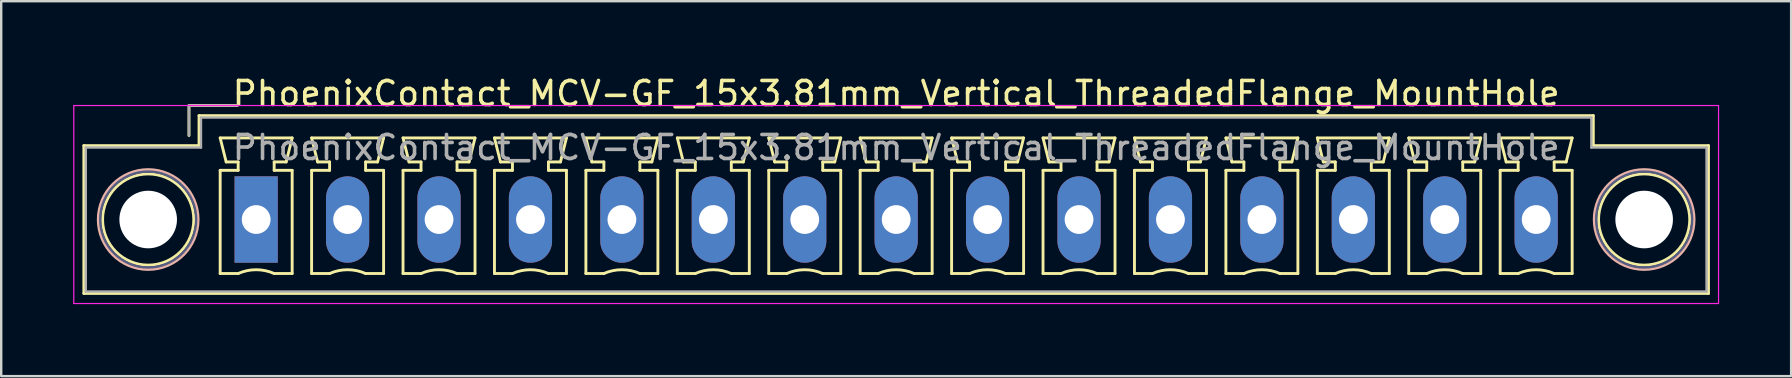
<source format=kicad_pcb>
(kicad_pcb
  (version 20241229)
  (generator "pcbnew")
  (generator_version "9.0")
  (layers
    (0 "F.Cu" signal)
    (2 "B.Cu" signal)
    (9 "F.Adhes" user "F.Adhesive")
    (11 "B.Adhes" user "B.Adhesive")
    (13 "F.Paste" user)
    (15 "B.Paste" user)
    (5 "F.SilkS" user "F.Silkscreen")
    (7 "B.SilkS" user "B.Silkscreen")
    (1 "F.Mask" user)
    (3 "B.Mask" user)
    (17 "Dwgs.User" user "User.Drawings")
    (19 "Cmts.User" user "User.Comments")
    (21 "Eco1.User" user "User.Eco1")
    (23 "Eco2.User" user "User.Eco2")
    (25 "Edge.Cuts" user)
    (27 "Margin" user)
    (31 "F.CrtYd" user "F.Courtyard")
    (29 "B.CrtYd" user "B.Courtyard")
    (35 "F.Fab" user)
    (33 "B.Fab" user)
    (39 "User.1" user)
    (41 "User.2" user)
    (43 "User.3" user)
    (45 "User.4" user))
  (footprint "PhoenixContact_MCV-GF_15x3.81mm_Vertical_ThreadedFlange_MountHole"
    (layer "F.Cu")
    (at 7.625 6.098)
    (property "Reference" "PhoenixContact_MCV-GF_15x3.81mm_Vertical_ThreadedFlange_MountHole" (at 26.67 -5.25 0) (layer "F.SilkS") (effects (font (size 1 1) (thickness 0.15))))
    (attr through_hole)
    (fp_line (start -7.18 -3.08) (end -7.18 3.08) (stroke (width 0.12) (type solid)) (layer "F.SilkS"))
    (fp_line (start -7.18 3.08) (end 60.52 3.08) (stroke (width 0.12) (type solid)) (layer "F.SilkS"))
    (fp_line (start -2.8 -4.75) (end -0.8 -4.75) (stroke (width 0.12) (type solid)) (layer "F.SilkS"))
    (fp_line (start -2.8 -3.5) (end -2.8 -4.75) (stroke (width 0.12) (type solid)) (layer "F.SilkS"))
    (fp_line (start -2.38 -4.33) (end -2.38 -3.08) (stroke (width 0.12) (type solid)) (layer "F.SilkS"))
    (fp_line (start -2.38 -3.08) (end -7.18 -3.08) (stroke (width 0.12) (type solid)) (layer "F.SilkS"))
    (fp_line (start -1.5 -3.4) (end 1.5 -3.4) (stroke (width 0.12) (type solid)) (layer "F.SilkS"))
    (fp_line (start -1.5 -2.05) (end -0.75 -2.05) (stroke (width 0.12) (type solid)) (layer "F.SilkS"))
    (fp_line (start -1.5 2.25) (end -1.5 -2.05) (stroke (width 0.12) (type solid)) (layer "F.SilkS"))
    (fp_line (start -1.25 -2.4) (end -1.5 -3.4) (stroke (width 0.12) (type solid)) (layer "F.SilkS"))
    (fp_line (start -0.75 -2.4) (end -1.25 -2.4) (stroke (width 0.12) (type solid)) (layer "F.SilkS"))
    (fp_line (start -0.75 -2.05) (end -0.75 -2.4) (stroke (width 0.12) (type solid)) (layer "F.SilkS"))
    (fp_line (start -0.75 2.25) (end -1.5 2.25) (stroke (width 0.12) (type solid)) (layer "F.SilkS"))
    (fp_line (start 0.75 -2.4) (end 0.75 -2.05) (stroke (width 0.12) (type solid)) (layer "F.SilkS"))
    (fp_line (start 0.75 -2.05) (end 1.5 -2.05) (stroke (width 0.12) (type solid)) (layer "F.SilkS"))
    (fp_line (start 1.25 -2.4) (end 0.75 -2.4) (stroke (width 0.12) (type solid)) (layer "F.SilkS"))
    (fp_line (start 1.5 -3.4) (end 1.25 -2.4) (stroke (width 0.12) (type solid)) (layer "F.SilkS"))
    (fp_line (start 1.5 -2.05) (end 1.5 2.25) (stroke (width 0.12) (type solid)) (layer "F.SilkS"))
    (fp_line (start 1.5 2.25) (end 0.75 2.25) (stroke (width 0.12) (type solid)) (layer "F.SilkS"))
    (fp_line (start 2.31 -3.4) (end 5.31 -3.4) (stroke (width 0.12) (type solid)) (layer "F.SilkS"))
    (fp_line (start 2.31 -2.05) (end 3.06 -2.05) (stroke (width 0.12) (type solid)) (layer "F.SilkS"))
    (fp_line (start 2.31 2.25) (end 2.31 -2.05) (stroke (width 0.12) (type solid)) (layer "F.SilkS"))
    (fp_line (start 2.56 -2.4) (end 2.31 -3.4) (stroke (width 0.12) (type solid)) (layer "F.SilkS"))
    (fp_line (start 3.06 -2.4) (end 2.56 -2.4) (stroke (width 0.12) (type solid)) (layer "F.SilkS"))
    (fp_line (start 3.06 -2.05) (end 3.06 -2.4) (stroke (width 0.12) (type solid)) (layer "F.SilkS"))
    (fp_line (start 3.06 2.25) (end 2.31 2.25) (stroke (width 0.12) (type solid)) (layer "F.SilkS"))
    (fp_line (start 4.56 -2.4) (end 4.56 -2.05) (stroke (width 0.12) (type solid)) (layer "F.SilkS"))
    (fp_line (start 4.56 -2.05) (end 5.31 -2.05) (stroke (width 0.12) (type solid)) (layer "F.SilkS"))
    (fp_line (start 5.06 -2.4) (end 4.56 -2.4) (stroke (width 0.12) (type solid)) (layer "F.SilkS"))
    (fp_line (start 5.31 -3.4) (end 5.06 -2.4) (stroke (width 0.12) (type solid)) (layer "F.SilkS"))
    (fp_line (start 5.31 -2.05) (end 5.31 2.25) (stroke (width 0.12) (type solid)) (layer "F.SilkS"))
    (fp_line (start 5.31 2.25) (end 4.56 2.25) (stroke (width 0.12) (type solid)) (layer "F.SilkS"))
    (fp_line (start 6.12 -3.4) (end 9.12 -3.4) (stroke (width 0.12) (type solid)) (layer "F.SilkS"))
    (fp_line (start 6.12 -2.05) (end 6.87 -2.05) (stroke (width 0.12) (type solid)) (layer "F.SilkS"))
    (fp_line (start 6.12 2.25) (end 6.12 -2.05) (stroke (width 0.12) (type solid)) (layer "F.SilkS"))
    (fp_line (start 6.37 -2.4) (end 6.12 -3.4) (stroke (width 0.12) (type solid)) (layer "F.SilkS"))
    (fp_line (start 6.87 -2.4) (end 6.37 -2.4) (stroke (width 0.12) (type solid)) (layer "F.SilkS"))
    (fp_line (start 6.87 -2.05) (end 6.87 -2.4) (stroke (width 0.12) (type solid)) (layer "F.SilkS"))
    (fp_line (start 6.87 2.25) (end 6.12 2.25) (stroke (width 0.12) (type solid)) (layer "F.SilkS"))
    (fp_line (start 8.37 -2.4) (end 8.37 -2.05) (stroke (width 0.12) (type solid)) (layer "F.SilkS"))
    (fp_line (start 8.37 -2.05) (end 9.12 -2.05) (stroke (width 0.12) (type solid)) (layer "F.SilkS"))
    (fp_line (start 8.87 -2.4) (end 8.37 -2.4) (stroke (width 0.12) (type solid)) (layer "F.SilkS"))
    (fp_line (start 9.12 -3.4) (end 8.87 -2.4) (stroke (width 0.12) (type solid)) (layer "F.SilkS"))
    (fp_line (start 9.12 -2.05) (end 9.12 2.25) (stroke (width 0.12) (type solid)) (layer "F.SilkS"))
    (fp_line (start 9.12 2.25) (end 8.37 2.25) (stroke (width 0.12) (type solid)) (layer "F.SilkS"))
    (fp_line (start 9.93 -3.4) (end 12.93 -3.4) (stroke (width 0.12) (type solid)) (layer "F.SilkS"))
    (fp_line (start 9.93 -2.05) (end 10.68 -2.05) (stroke (width 0.12) (type solid)) (layer "F.SilkS"))
    (fp_line (start 9.93 2.25) (end 9.93 -2.05) (stroke (width 0.12) (type solid)) (layer "F.SilkS"))
    (fp_line (start 10.18 -2.4) (end 9.93 -3.4) (stroke (width 0.12) (type solid)) (layer "F.SilkS"))
    (fp_line (start 10.68 -2.4) (end 10.18 -2.4) (stroke (width 0.12) (type solid)) (layer "F.SilkS"))
    (fp_line (start 10.68 -2.05) (end 10.68 -2.4) (stroke (width 0.12) (type solid)) (layer "F.SilkS"))
    (fp_line (start 10.68 2.25) (end 9.93 2.25) (stroke (width 0.12) (type solid)) (layer "F.SilkS"))
    (fp_line (start 12.18 -2.4) (end 12.18 -2.05) (stroke (width 0.12) (type solid)) (layer "F.SilkS"))
    (fp_line (start 12.18 -2.05) (end 12.93 -2.05) (stroke (width 0.12) (type solid)) (layer "F.SilkS"))
    (fp_line (start 12.68 -2.4) (end 12.18 -2.4) (stroke (width 0.12) (type solid)) (layer "F.SilkS"))
    (fp_line (start 12.93 -3.4) (end 12.68 -2.4) (stroke (width 0.12) (type solid)) (layer "F.SilkS"))
    (fp_line (start 12.93 -2.05) (end 12.93 2.25) (stroke (width 0.12) (type solid)) (layer "F.SilkS"))
    (fp_line (start 12.93 2.25) (end 12.18 2.25) (stroke (width 0.12) (type solid)) (layer "F.SilkS"))
    (fp_line (start 13.74 -3.4) (end 16.74 -3.4) (stroke (width 0.12) (type solid)) (layer "F.SilkS"))
    (fp_line (start 13.74 -2.05) (end 14.49 -2.05) (stroke (width 0.12) (type solid)) (layer "F.SilkS"))
    (fp_line (start 13.74 2.25) (end 13.74 -2.05) (stroke (width 0.12) (type solid)) (layer "F.SilkS"))
    (fp_line (start 13.99 -2.4) (end 13.74 -3.4) (stroke (width 0.12) (type solid)) (layer "F.SilkS"))
    (fp_line (start 14.49 -2.4) (end 13.99 -2.4) (stroke (width 0.12) (type solid)) (layer "F.SilkS"))
    (fp_line (start 14.49 -2.05) (end 14.49 -2.4) (stroke (width 0.12) (type solid)) (layer "F.SilkS"))
    (fp_line (start 14.49 2.25) (end 13.74 2.25) (stroke (width 0.12) (type solid)) (layer "F.SilkS"))
    (fp_line (start 15.99 -2.4) (end 15.99 -2.05) (stroke (width 0.12) (type solid)) (layer "F.SilkS"))
    (fp_line (start 15.99 -2.05) (end 16.74 -2.05) (stroke (width 0.12) (type solid)) (layer "F.SilkS"))
    (fp_line (start 16.49 -2.4) (end 15.99 -2.4) (stroke (width 0.12) (type solid)) (layer "F.SilkS"))
    (fp_line (start 16.74 -3.4) (end 16.49 -2.4) (stroke (width 0.12) (type solid)) (layer "F.SilkS"))
    (fp_line (start 16.74 -2.05) (end 16.74 2.25) (stroke (width 0.12) (type solid)) (layer "F.SilkS"))
    (fp_line (start 16.74 2.25) (end 15.99 2.25) (stroke (width 0.12) (type solid)) (layer "F.SilkS"))
    (fp_line (start 17.55 -3.4) (end 20.55 -3.4) (stroke (width 0.12) (type solid)) (layer "F.SilkS"))
    (fp_line (start 17.55 -2.05) (end 18.3 -2.05) (stroke (width 0.12) (type solid)) (layer "F.SilkS"))
    (fp_line (start 17.55 2.25) (end 17.55 -2.05) (stroke (width 0.12) (type solid)) (layer "F.SilkS"))
    (fp_line (start 17.8 -2.4) (end 17.55 -3.4) (stroke (width 0.12) (type solid)) (layer "F.SilkS"))
    (fp_line (start 18.3 -2.4) (end 17.8 -2.4) (stroke (width 0.12) (type solid)) (layer "F.SilkS"))
    (fp_line (start 18.3 -2.05) (end 18.3 -2.4) (stroke (width 0.12) (type solid)) (layer "F.SilkS"))
    (fp_line (start 18.3 2.25) (end 17.55 2.25) (stroke (width 0.12) (type solid)) (layer "F.SilkS"))
    (fp_line (start 19.8 -2.4) (end 19.8 -2.05) (stroke (width 0.12) (type solid)) (layer "F.SilkS"))
    (fp_line (start 19.8 -2.05) (end 20.55 -2.05) (stroke (width 0.12) (type solid)) (layer "F.SilkS"))
    (fp_line (start 20.3 -2.4) (end 19.8 -2.4) (stroke (width 0.12) (type solid)) (layer "F.SilkS"))
    (fp_line (start 20.55 -3.4) (end 20.3 -2.4) (stroke (width 0.12) (type solid)) (layer "F.SilkS"))
    (fp_line (start 20.55 -2.05) (end 20.55 2.25) (stroke (width 0.12) (type solid)) (layer "F.SilkS"))
    (fp_line (start 20.55 2.25) (end 19.8 2.25) (stroke (width 0.12) (type solid)) (layer "F.SilkS"))
    (fp_line (start 21.36 -3.4) (end 24.36 -3.4) (stroke (width 0.12) (type solid)) (layer "F.SilkS"))
    (fp_line (start 21.36 -2.05) (end 22.11 -2.05) (stroke (width 0.12) (type solid)) (layer "F.SilkS"))
    (fp_line (start 21.36 2.25) (end 21.36 -2.05) (stroke (width 0.12) (type solid)) (layer "F.SilkS"))
    (fp_line (start 21.61 -2.4) (end 21.36 -3.4) (stroke (width 0.12) (type solid)) (layer "F.SilkS"))
    (fp_line (start 22.11 -2.4) (end 21.61 -2.4) (stroke (width 0.12) (type solid)) (layer "F.SilkS"))
    (fp_line (start 22.11 -2.05) (end 22.11 -2.4) (stroke (width 0.12) (type solid)) (layer "F.SilkS"))
    (fp_line (start 22.11 2.25) (end 21.36 2.25) (stroke (width 0.12) (type solid)) (layer "F.SilkS"))
    (fp_line (start 23.61 -2.4) (end 23.61 -2.05) (stroke (width 0.12) (type solid)) (layer "F.SilkS"))
    (fp_line (start 23.61 -2.05) (end 24.36 -2.05) (stroke (width 0.12) (type solid)) (layer "F.SilkS"))
    (fp_line (start 24.11 -2.4) (end 23.61 -2.4) (stroke (width 0.12) (type solid)) (layer "F.SilkS"))
    (fp_line (start 24.36 -3.4) (end 24.11 -2.4) (stroke (width 0.12) (type solid)) (layer "F.SilkS"))
    (fp_line (start 24.36 -2.05) (end 24.36 2.25) (stroke (width 0.12) (type solid)) (layer "F.SilkS"))
    (fp_line (start 24.36 2.25) (end 23.61 2.25) (stroke (width 0.12) (type solid)) (layer "F.SilkS"))
    (fp_line (start 25.17 -3.4) (end 28.17 -3.4) (stroke (width 0.12) (type solid)) (layer "F.SilkS"))
    (fp_line (start 25.17 -2.05) (end 25.92 -2.05) (stroke (width 0.12) (type solid)) (layer "F.SilkS"))
    (fp_line (start 25.17 2.25) (end 25.17 -2.05) (stroke (width 0.12) (type solid)) (layer "F.SilkS"))
    (fp_line (start 25.42 -2.4) (end 25.17 -3.4) (stroke (width 0.12) (type solid)) (layer "F.SilkS"))
    (fp_line (start 25.92 -2.4) (end 25.42 -2.4) (stroke (width 0.12) (type solid)) (layer "F.SilkS"))
    (fp_line (start 25.92 -2.05) (end 25.92 -2.4) (stroke (width 0.12) (type solid)) (layer "F.SilkS"))
    (fp_line (start 25.92 2.25) (end 25.17 2.25) (stroke (width 0.12) (type solid)) (layer "F.SilkS"))
    (fp_line (start 27.42 -2.4) (end 27.42 -2.05) (stroke (width 0.12) (type solid)) (layer "F.SilkS"))
    (fp_line (start 27.42 -2.05) (end 28.17 -2.05) (stroke (width 0.12) (type solid)) (layer "F.SilkS"))
    (fp_line (start 27.92 -2.4) (end 27.42 -2.4) (stroke (width 0.12) (type solid)) (layer "F.SilkS"))
    (fp_line (start 28.17 -3.4) (end 27.92 -2.4) (stroke (width 0.12) (type solid)) (layer "F.SilkS"))
    (fp_line (start 28.17 -2.05) (end 28.17 2.25) (stroke (width 0.12) (type solid)) (layer "F.SilkS"))
    (fp_line (start 28.17 2.25) (end 27.42 2.25) (stroke (width 0.12) (type solid)) (layer "F.SilkS"))
    (fp_line (start 28.98 -3.4) (end 31.98 -3.4) (stroke (width 0.12) (type solid)) (layer "F.SilkS"))
    (fp_line (start 28.98 -2.05) (end 29.73 -2.05) (stroke (width 0.12) (type solid)) (layer "F.SilkS"))
    (fp_line (start 28.98 2.25) (end 28.98 -2.05) (stroke (width 0.12) (type solid)) (layer "F.SilkS"))
    (fp_line (start 29.23 -2.4) (end 28.98 -3.4) (stroke (width 0.12) (type solid)) (layer "F.SilkS"))
    (fp_line (start 29.73 -2.4) (end 29.23 -2.4) (stroke (width 0.12) (type solid)) (layer "F.SilkS"))
    (fp_line (start 29.73 -2.05) (end 29.73 -2.4) (stroke (width 0.12) (type solid)) (layer "F.SilkS"))
    (fp_line (start 29.73 2.25) (end 28.98 2.25) (stroke (width 0.12) (type solid)) (layer "F.SilkS"))
    (fp_line (start 31.23 -2.4) (end 31.23 -2.05) (stroke (width 0.12) (type solid)) (layer "F.SilkS"))
    (fp_line (start 31.23 -2.05) (end 31.98 -2.05) (stroke (width 0.12) (type solid)) (layer "F.SilkS"))
    (fp_line (start 31.73 -2.4) (end 31.23 -2.4) (stroke (width 0.12) (type solid)) (layer "F.SilkS"))
    (fp_line (start 31.98 -3.4) (end 31.73 -2.4) (stroke (width 0.12) (type solid)) (layer "F.SilkS"))
    (fp_line (start 31.98 -2.05) (end 31.98 2.25) (stroke (width 0.12) (type solid)) (layer "F.SilkS"))
    (fp_line (start 31.98 2.25) (end 31.23 2.25) (stroke (width 0.12) (type solid)) (layer "F.SilkS"))
    (fp_line (start 32.79 -3.4) (end 35.79 -3.4) (stroke (width 0.12) (type solid)) (layer "F.SilkS"))
    (fp_line (start 32.79 -2.05) (end 33.54 -2.05) (stroke (width 0.12) (type solid)) (layer "F.SilkS"))
    (fp_line (start 32.79 2.25) (end 32.79 -2.05) (stroke (width 0.12) (type solid)) (layer "F.SilkS"))
    (fp_line (start 33.04 -2.4) (end 32.79 -3.4) (stroke (width 0.12) (type solid)) (layer "F.SilkS"))
    (fp_line (start 33.54 -2.4) (end 33.04 -2.4) (stroke (width 0.12) (type solid)) (layer "F.SilkS"))
    (fp_line (start 33.54 -2.05) (end 33.54 -2.4) (stroke (width 0.12) (type solid)) (layer "F.SilkS"))
    (fp_line (start 33.54 2.25) (end 32.79 2.25) (stroke (width 0.12) (type solid)) (layer "F.SilkS"))
    (fp_line (start 35.04 -2.4) (end 35.04 -2.05) (stroke (width 0.12) (type solid)) (layer "F.SilkS"))
    (fp_line (start 35.04 -2.05) (end 35.79 -2.05) (stroke (width 0.12) (type solid)) (layer "F.SilkS"))
    (fp_line (start 35.54 -2.4) (end 35.04 -2.4) (stroke (width 0.12) (type solid)) (layer "F.SilkS"))
    (fp_line (start 35.79 -3.4) (end 35.54 -2.4) (stroke (width 0.12) (type solid)) (layer "F.SilkS"))
    (fp_line (start 35.79 -2.05) (end 35.79 2.25) (stroke (width 0.12) (type solid)) (layer "F.SilkS"))
    (fp_line (start 35.79 2.25) (end 35.04 2.25) (stroke (width 0.12) (type solid)) (layer "F.SilkS"))
    (fp_line (start 36.6 -3.4) (end 39.6 -3.4) (stroke (width 0.12) (type solid)) (layer "F.SilkS"))
    (fp_line (start 36.6 -2.05) (end 37.35 -2.05) (stroke (width 0.12) (type solid)) (layer "F.SilkS"))
    (fp_line (start 36.6 2.25) (end 36.6 -2.05) (stroke (width 0.12) (type solid)) (layer "F.SilkS"))
    (fp_line (start 36.85 -2.4) (end 36.6 -3.4) (stroke (width 0.12) (type solid)) (layer "F.SilkS"))
    (fp_line (start 37.35 -2.4) (end 36.85 -2.4) (stroke (width 0.12) (type solid)) (layer "F.SilkS"))
    (fp_line (start 37.35 -2.05) (end 37.35 -2.4) (stroke (width 0.12) (type solid)) (layer "F.SilkS"))
    (fp_line (start 37.35 2.25) (end 36.6 2.25) (stroke (width 0.12) (type solid)) (layer "F.SilkS"))
    (fp_line (start 38.85 -2.4) (end 38.85 -2.05) (stroke (width 0.12) (type solid)) (layer "F.SilkS"))
    (fp_line (start 38.85 -2.05) (end 39.6 -2.05) (stroke (width 0.12) (type solid)) (layer "F.SilkS"))
    (fp_line (start 39.35 -2.4) (end 38.85 -2.4) (stroke (width 0.12) (type solid)) (layer "F.SilkS"))
    (fp_line (start 39.6 -3.4) (end 39.35 -2.4) (stroke (width 0.12) (type solid)) (layer "F.SilkS"))
    (fp_line (start 39.6 -2.05) (end 39.6 2.25) (stroke (width 0.12) (type solid)) (layer "F.SilkS"))
    (fp_line (start 39.6 2.25) (end 38.85 2.25) (stroke (width 0.12) (type solid)) (layer "F.SilkS"))
    (fp_line (start 40.41 -3.4) (end 43.41 -3.4) (stroke (width 0.12) (type solid)) (layer "F.SilkS"))
    (fp_line (start 40.41 -2.05) (end 41.16 -2.05) (stroke (width 0.12) (type solid)) (layer "F.SilkS"))
    (fp_line (start 40.41 2.25) (end 40.41 -2.05) (stroke (width 0.12) (type solid)) (layer "F.SilkS"))
    (fp_line (start 40.66 -2.4) (end 40.41 -3.4) (stroke (width 0.12) (type solid)) (layer "F.SilkS"))
    (fp_line (start 41.16 -2.4) (end 40.66 -2.4) (stroke (width 0.12) (type solid)) (layer "F.SilkS"))
    (fp_line (start 41.16 -2.05) (end 41.16 -2.4) (stroke (width 0.12) (type solid)) (layer "F.SilkS"))
    (fp_line (start 41.16 2.25) (end 40.41 2.25) (stroke (width 0.12) (type solid)) (layer "F.SilkS"))
    (fp_line (start 42.66 -2.4) (end 42.66 -2.05) (stroke (width 0.12) (type solid)) (layer "F.SilkS"))
    (fp_line (start 42.66 -2.05) (end 43.41 -2.05) (stroke (width 0.12) (type solid)) (layer "F.SilkS"))
    (fp_line (start 43.16 -2.4) (end 42.66 -2.4) (stroke (width 0.12) (type solid)) (layer "F.SilkS"))
    (fp_line (start 43.41 -3.4) (end 43.16 -2.4) (stroke (width 0.12) (type solid)) (layer "F.SilkS"))
    (fp_line (start 43.41 -2.05) (end 43.41 2.25) (stroke (width 0.12) (type solid)) (layer "F.SilkS"))
    (fp_line (start 43.41 2.25) (end 42.66 2.25) (stroke (width 0.12) (type solid)) (layer "F.SilkS"))
    (fp_line (start 44.22 -3.4) (end 47.22 -3.4) (stroke (width 0.12) (type solid)) (layer "F.SilkS"))
    (fp_line (start 44.22 -2.05) (end 44.97 -2.05) (stroke (width 0.12) (type solid)) (layer "F.SilkS"))
    (fp_line (start 44.22 2.25) (end 44.22 -2.05) (stroke (width 0.12) (type solid)) (layer "F.SilkS"))
    (fp_line (start 44.47 -2.4) (end 44.22 -3.4) (stroke (width 0.12) (type solid)) (layer "F.SilkS"))
    (fp_line (start 44.97 -2.4) (end 44.47 -2.4) (stroke (width 0.12) (type solid)) (layer "F.SilkS"))
    (fp_line (start 44.97 -2.05) (end 44.97 -2.4) (stroke (width 0.12) (type solid)) (layer "F.SilkS"))
    (fp_line (start 44.97 2.25) (end 44.22 2.25) (stroke (width 0.12) (type solid)) (layer "F.SilkS"))
    (fp_line (start 46.47 -2.4) (end 46.47 -2.05) (stroke (width 0.12) (type solid)) (layer "F.SilkS"))
    (fp_line (start 46.47 -2.05) (end 47.22 -2.05) (stroke (width 0.12) (type solid)) (layer "F.SilkS"))
    (fp_line (start 46.97 -2.4) (end 46.47 -2.4) (stroke (width 0.12) (type solid)) (layer "F.SilkS"))
    (fp_line (start 47.22 -3.4) (end 46.97 -2.4) (stroke (width 0.12) (type solid)) (layer "F.SilkS"))
    (fp_line (start 47.22 -2.05) (end 47.22 2.25) (stroke (width 0.12) (type solid)) (layer "F.SilkS"))
    (fp_line (start 47.22 2.25) (end 46.47 2.25) (stroke (width 0.12) (type solid)) (layer "F.SilkS"))
    (fp_line (start 48.03 -3.4) (end 51.03 -3.4) (stroke (width 0.12) (type solid)) (layer "F.SilkS"))
    (fp_line (start 48.03 -2.05) (end 48.78 -2.05) (stroke (width 0.12) (type solid)) (layer "F.SilkS"))
    (fp_line (start 48.03 2.25) (end 48.03 -2.05) (stroke (width 0.12) (type solid)) (layer "F.SilkS"))
    (fp_line (start 48.28 -2.4) (end 48.03 -3.4) (stroke (width 0.12) (type solid)) (layer "F.SilkS"))
    (fp_line (start 48.78 -2.4) (end 48.28 -2.4) (stroke (width 0.12) (type solid)) (layer "F.SilkS"))
    (fp_line (start 48.78 -2.05) (end 48.78 -2.4) (stroke (width 0.12) (type solid)) (layer "F.SilkS"))
    (fp_line (start 48.78 2.25) (end 48.03 2.25) (stroke (width 0.12) (type solid)) (layer "F.SilkS"))
    (fp_line (start 50.28 -2.4) (end 50.28 -2.05) (stroke (width 0.12) (type solid)) (layer "F.SilkS"))
    (fp_line (start 50.28 -2.05) (end 51.03 -2.05) (stroke (width 0.12) (type solid)) (layer "F.SilkS"))
    (fp_line (start 50.78 -2.4) (end 50.28 -2.4) (stroke (width 0.12) (type solid)) (layer "F.SilkS"))
    (fp_line (start 51.03 -3.4) (end 50.78 -2.4) (stroke (width 0.12) (type solid)) (layer "F.SilkS"))
    (fp_line (start 51.03 -2.05) (end 51.03 2.25) (stroke (width 0.12) (type solid)) (layer "F.SilkS"))
    (fp_line (start 51.03 2.25) (end 50.28 2.25) (stroke (width 0.12) (type solid)) (layer "F.SilkS"))
    (fp_line (start 51.84 -3.4) (end 54.84 -3.4) (stroke (width 0.12) (type solid)) (layer "F.SilkS"))
    (fp_line (start 51.84 -2.05) (end 52.59 -2.05) (stroke (width 0.12) (type solid)) (layer "F.SilkS"))
    (fp_line (start 51.84 2.25) (end 51.84 -2.05) (stroke (width 0.12) (type solid)) (layer "F.SilkS"))
    (fp_line (start 52.09 -2.4) (end 51.84 -3.4) (stroke (width 0.12) (type solid)) (layer "F.SilkS"))
    (fp_line (start 52.59 -2.4) (end 52.09 -2.4) (stroke (width 0.12) (type solid)) (layer "F.SilkS"))
    (fp_line (start 52.59 -2.05) (end 52.59 -2.4) (stroke (width 0.12) (type solid)) (layer "F.SilkS"))
    (fp_line (start 52.59 2.25) (end 51.84 2.25) (stroke (width 0.12) (type solid)) (layer "F.SilkS"))
    (fp_line (start 54.09 -2.4) (end 54.09 -2.05) (stroke (width 0.12) (type solid)) (layer "F.SilkS"))
    (fp_line (start 54.09 -2.05) (end 54.84 -2.05) (stroke (width 0.12) (type solid)) (layer "F.SilkS"))
    (fp_line (start 54.59 -2.4) (end 54.09 -2.4) (stroke (width 0.12) (type solid)) (layer "F.SilkS"))
    (fp_line (start 54.84 -3.4) (end 54.59 -2.4) (stroke (width 0.12) (type solid)) (layer "F.SilkS"))
    (fp_line (start 54.84 -2.05) (end 54.84 2.25) (stroke (width 0.12) (type solid)) (layer "F.SilkS"))
    (fp_line (start 54.84 2.25) (end 54.09 2.25) (stroke (width 0.12) (type solid)) (layer "F.SilkS"))
    (fp_line (start 55.72 -4.33) (end -2.38 -4.33) (stroke (width 0.12) (type solid)) (layer "F.SilkS"))
    (fp_line (start 55.72 -3.08) (end 55.72 -4.33) (stroke (width 0.12) (type solid)) (layer "F.SilkS"))
    (fp_line (start 60.52 -3.08) (end 55.72 -3.08) (stroke (width 0.12) (type solid)) (layer "F.SilkS"))
    (fp_line (start 60.52 3.08) (end 60.52 -3.08) (stroke (width 0.12) (type solid)) (layer "F.SilkS"))
    (fp_arc (start -0.75 2.25) (mid -0.000193 2.09191) (end 0.749647 2.249844) (stroke (width 0.12) (type solid)) (layer "F.SilkS"))
    (fp_arc (start 3.06 2.25) (mid 3.809807 2.09191) (end 4.559647 2.249844) (stroke (width 0.12) (type solid)) (layer "F.SilkS"))
    (fp_arc (start 6.87 2.25) (mid 7.619807 2.09191) (end 8.369647 2.249844) (stroke (width 0.12) (type solid)) (layer "F.SilkS"))
    (fp_arc (start 10.68 2.25) (mid 11.429807 2.09191) (end 12.179647 2.249844) (stroke (width 0.12) (type solid)) (layer "F.SilkS"))
    (fp_arc (start 14.49 2.25) (mid 15.239807 2.09191) (end 15.989647 2.249844) (stroke (width 0.12) (type solid)) (layer "F.SilkS"))
    (fp_arc (start 18.3 2.25) (mid 19.049807 2.09191) (end 19.799647 2.249844) (stroke (width 0.12) (type solid)) (layer "F.SilkS"))
    (fp_arc (start 22.11 2.25) (mid 22.859807 2.09191) (end 23.609647 2.249844) (stroke (width 0.12) (type solid)) (layer "F.SilkS"))
    (fp_arc (start 25.92 2.25) (mid 26.669807 2.09191) (end 27.419647 2.249844) (stroke (width 0.12) (type solid)) (layer "F.SilkS"))
    (fp_arc (start 29.73 2.25) (mid 30.479807 2.09191) (end 31.229647 2.249844) (stroke (width 0.12) (type solid)) (layer "F.SilkS"))
    (fp_arc (start 33.54 2.25) (mid 34.289807 2.09191) (end 35.039647 2.249844) (stroke (width 0.12) (type solid)) (layer "F.SilkS"))
    (fp_arc (start 37.35 2.25) (mid 38.099807 2.09191) (end 38.849647 2.249844) (stroke (width 0.12) (type solid)) (layer "F.SilkS"))
    (fp_arc (start 41.16 2.25) (mid 41.909807 2.09191) (end 42.659647 2.249844) (stroke (width 0.12) (type solid)) (layer "F.SilkS"))
    (fp_arc (start 44.97 2.25) (mid 45.719807 2.09191) (end 46.469647 2.249844) (stroke (width 0.12) (type solid)) (layer "F.SilkS"))
    (fp_arc (start 48.78 2.25) (mid 49.529807 2.09191) (end 50.279647 2.249844) (stroke (width 0.12) (type solid)) (layer "F.SilkS"))
    (fp_arc (start 52.59 2.25) (mid 53.339807 2.09191) (end 54.089647 2.249844) (stroke (width 0.12) (type solid)) (layer "F.SilkS"))
    (fp_circle (center -4.5 0) (end -2.6 0) (stroke (width 0.12) (type solid)) (fill no) (layer "F.SilkS"))
    (fp_circle (center 57.84 0) (end 59.74 0) (stroke (width 0.12) (type solid)) (fill no) (layer "F.SilkS"))
    (fp_circle (center -4.5 0) (end -2.42 0) (stroke (width 0.12) (type solid)) (fill no) (layer "B.SilkS"))
    (fp_circle (center 57.84 0) (end 59.92 0) (stroke (width 0.12) (type solid)) (fill no) (layer "B.SilkS"))
    (fp_line (start -7.6 -4.75) (end -7.6 3.5) (stroke (width 0.05) (type solid)) (layer "F.CrtYd"))
    (fp_line (start -7.6 3.5) (end 60.94 3.5) (stroke (width 0.05) (type solid)) (layer "F.CrtYd"))
    (fp_line (start 60.94 -4.75) (end -7.6 -4.75) (stroke (width 0.05) (type solid)) (layer "F.CrtYd"))
    (fp_line (start 60.94 3.5) (end 60.94 -4.75) (stroke (width 0.05) (type solid)) (layer "F.CrtYd"))
    (fp_circle (center -4.5 0) (end -2.5 0) (stroke (width 0.1) (type solid)) (fill no) (layer "B.Fab"))
    (fp_circle (center 57.84 0) (end 59.84 0) (stroke (width 0.1) (type solid)) (fill no) (layer "B.Fab"))
    (fp_line (start -7.1 -3) (end -7.1 3) (stroke (width 0.1) (type solid)) (layer "F.Fab"))
    (fp_line (start -7.1 3) (end 60.44 3) (stroke (width 0.1) (type solid)) (layer "F.Fab"))
    (fp_line (start -2.8 -4.75) (end -0.8 -4.75) (stroke (width 0.1) (type solid)) (layer "F.Fab"))
    (fp_line (start -2.8 -3.5) (end -2.8 -4.75) (stroke (width 0.1) (type solid)) (layer "F.Fab"))
    (fp_line (start -2.3 -4.25) (end -2.3 -3) (stroke (width 0.1) (type solid)) (layer "F.Fab"))
    (fp_line (start -2.3 -3) (end -7.1 -3) (stroke (width 0.1) (type solid)) (layer "F.Fab"))
    (fp_line (start 55.64 -4.25) (end -2.3 -4.25) (stroke (width 0.1) (type solid)) (layer "F.Fab"))
    (fp_line (start 55.64 -3) (end 55.64 -4.25) (stroke (width 0.1) (type solid)) (layer "F.Fab"))
    (fp_line (start 60.44 -3) (end 55.64 -3) (stroke (width 0.1) (type solid)) (layer "F.Fab"))
    (fp_line (start 60.44 3) (end 60.44 -3) (stroke (width 0.1) (type solid)) (layer "F.Fab"))
    (fp_text user "${REFERENCE}" (at 26.67 -3 0) (layer "F.Fab") (effects (font (size 1 1) (thickness 0.15))))
    (pad "" np_thru_hole circle (at -4.5 0) (size 2.4 2.4) (drill 2.4) (layers "*.Cu" "*.Mask"))
    (pad "" np_thru_hole circle (at 57.84 0) (size 2.4 2.4) (drill 2.4) (layers "*.Cu" "*.Mask"))
    (pad "1" thru_hole rect (at 0 0) (size 1.8 3.6) (drill 1.2) (layers "*.Cu" "*.Mask"))
    (pad "2" thru_hole oval (at 3.81 0) (size 1.8 3.6) (drill 1.2) (layers "*.Cu" "*.Mask"))
    (pad "3" thru_hole oval (at 7.62 0) (size 1.8 3.6) (drill 1.2) (layers "*.Cu" "*.Mask"))
    (pad "4" thru_hole oval (at 11.43 0) (size 1.8 3.6) (drill 1.2) (layers "*.Cu" "*.Mask"))
    (pad "5" thru_hole oval (at 15.24 0) (size 1.8 3.6) (drill 1.2) (layers "*.Cu" "*.Mask"))
    (pad "6" thru_hole oval (at 19.05 0) (size 1.8 3.6) (drill 1.2) (layers "*.Cu" "*.Mask"))
    (pad "7" thru_hole oval (at 22.86 0) (size 1.8 3.6) (drill 1.2) (layers "*.Cu" "*.Mask"))
    (pad "8" thru_hole oval (at 26.67 0) (size 1.8 3.6) (drill 1.2) (layers "*.Cu" "*.Mask"))
    (pad "9" thru_hole oval (at 30.48 0) (size 1.8 3.6) (drill 1.2) (layers "*.Cu" "*.Mask"))
    (pad "10" thru_hole oval (at 34.29 0) (size 1.8 3.6) (drill 1.2) (layers "*.Cu" "*.Mask"))
    (pad "11" thru_hole oval (at 38.1 0) (size 1.8 3.6) (drill 1.2) (layers "*.Cu" "*.Mask"))
    (pad "12" thru_hole oval (at 41.91 0) (size 1.8 3.6) (drill 1.2) (layers "*.Cu" "*.Mask"))
    (pad "13" thru_hole oval (at 45.72 0) (size 1.8 3.6) (drill 1.2) (layers "*.Cu" "*.Mask"))
    (pad "14" thru_hole oval (at 49.53 0) (size 1.8 3.6) (drill 1.2) (layers "*.Cu" "*.Mask"))
    (pad "15" thru_hole oval (at 53.34 0) (size 1.8 3.6) (drill 1.2) (layers "*.Cu" "*.Mask")))
  (gr_rect
    (start -3 -3)
    (end 71.59 12.623)
    (stroke (width 0.1) (type default))
    (fill no)
    (layer "Edge.Cuts")))
</source>
